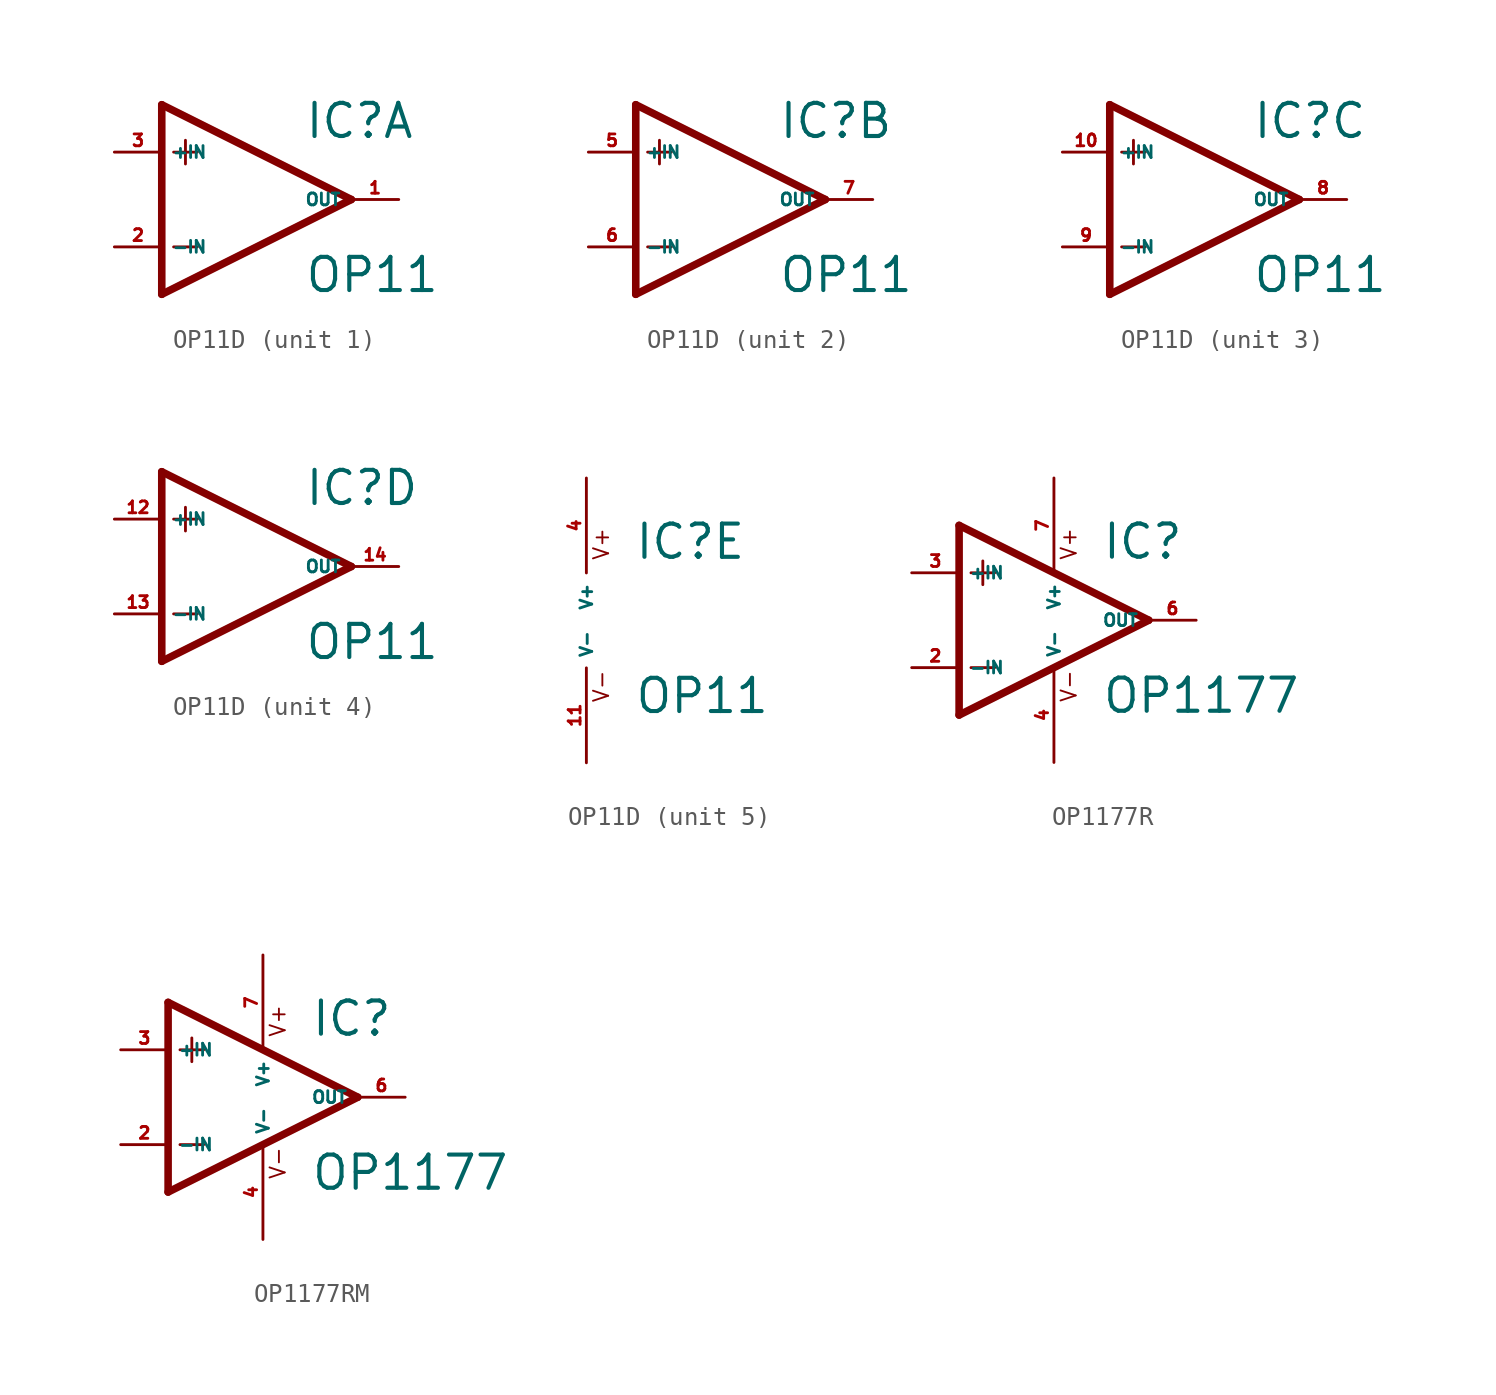
<source format=kicad_sym>
(kicad_symbol_lib
  (version 20220914)
  (generator Eagle2Kicad)
  (symbol "OP11D"
    (property "Reference" "IC"
      (at 2.54 3.175 0)
      (effects (font (size 1.778 1.778) (thickness 0.22)) (justify left bottom)))
    (property "Value" "OP11"
      (at 2.54 -5.08 0)
      (effects (font (size 1.778 1.778) (thickness 0.22)) (justify left bottom)))
    (symbol "OP11D_1_0"
      (polyline (pts (xy -5.08 5.08) (xy -5.08 -5.08)) (stroke (width 0.406) (type default)) (fill (type none)))
      (polyline (pts (xy -5.08 -5.08) (xy 5.08 0)) (stroke (width 0.406) (type default)) (fill (type none)))
      (polyline (pts (xy 5.08 0) (xy -5.08 5.08)) (stroke (width 0.406) (type default)) (fill (type none)))
      (polyline (pts (xy -3.81 3.175) (xy -3.81 1.905)) (stroke (width 0.152) (type default)) (fill (type none)))
      (polyline (pts (xy -4.445 2.54) (xy -3.175 2.54)) (stroke (width 0.152) (type default)) (fill (type none)))
      (polyline (pts (xy -4.445 -2.54) (xy -3.175 -2.54)) (stroke (width 0.152) (type default)) (fill (type none)))
      (pin input line (at -7.62 -2.54 0) (length 2.54) (name "-IN" (effects (font (size 0.635 0.635) (thickness 0.08)) (justify left bottom))) (number "2" (effects (font (size 0.635 0.635) (thickness 0.08)) (justify left bottom))))
      (pin input line (at -7.62 2.54 0) (length 2.54) (name "+IN" (effects (font (size 0.635 0.635) (thickness 0.08)) (justify left bottom))) (number "3" (effects (font (size 0.635 0.635) (thickness 0.08)) (justify left bottom))))
      (pin output line (at 7.62 0 180) (length 2.54) (name "OUT" (effects (font (size 0.635 0.635) (thickness 0.08)) (justify left bottom))) (number "1" (effects (font (size 0.635 0.635) (thickness 0.08)) (justify left bottom)))))
    (symbol "OP11D_2_0"
      (polyline (pts (xy -5.08 5.08) (xy -5.08 -5.08)) (stroke (width 0.406) (type default)) (fill (type none)))
      (polyline (pts (xy -5.08 -5.08) (xy 5.08 0)) (stroke (width 0.406) (type default)) (fill (type none)))
      (polyline (pts (xy 5.08 0) (xy -5.08 5.08)) (stroke (width 0.406) (type default)) (fill (type none)))
      (polyline (pts (xy -3.81 3.175) (xy -3.81 1.905)) (stroke (width 0.152) (type default)) (fill (type none)))
      (polyline (pts (xy -4.445 2.54) (xy -3.175 2.54)) (stroke (width 0.152) (type default)) (fill (type none)))
      (polyline (pts (xy -4.445 -2.54) (xy -3.175 -2.54)) (stroke (width 0.152) (type default)) (fill (type none)))
      (pin input line (at -7.62 -2.54 0) (length 2.54) (name "-IN" (effects (font (size 0.635 0.635) (thickness 0.08)) (justify left bottom))) (number "6" (effects (font (size 0.635 0.635) (thickness 0.08)) (justify left bottom))))
      (pin input line (at -7.62 2.54 0) (length 2.54) (name "+IN" (effects (font (size 0.635 0.635) (thickness 0.08)) (justify left bottom))) (number "5" (effects (font (size 0.635 0.635) (thickness 0.08)) (justify left bottom))))
      (pin output line (at 7.62 0 180) (length 2.54) (name "OUT" (effects (font (size 0.635 0.635) (thickness 0.08)) (justify left bottom))) (number "7" (effects (font (size 0.635 0.635) (thickness 0.08)) (justify left bottom)))))
    (symbol "OP11D_3_0"
      (polyline (pts (xy -5.08 5.08) (xy -5.08 -5.08)) (stroke (width 0.406) (type default)) (fill (type none)))
      (polyline (pts (xy -5.08 -5.08) (xy 5.08 0)) (stroke (width 0.406) (type default)) (fill (type none)))
      (polyline (pts (xy 5.08 0) (xy -5.08 5.08)) (stroke (width 0.406) (type default)) (fill (type none)))
      (polyline (pts (xy -3.81 3.175) (xy -3.81 1.905)) (stroke (width 0.152) (type default)) (fill (type none)))
      (polyline (pts (xy -4.445 2.54) (xy -3.175 2.54)) (stroke (width 0.152) (type default)) (fill (type none)))
      (polyline (pts (xy -4.445 -2.54) (xy -3.175 -2.54)) (stroke (width 0.152) (type default)) (fill (type none)))
      (pin input line (at -7.62 -2.54 0) (length 2.54) (name "-IN" (effects (font (size 0.635 0.635) (thickness 0.08)) (justify left bottom))) (number "9" (effects (font (size 0.635 0.635) (thickness 0.08)) (justify left bottom))))
      (pin input line (at -7.62 2.54 0) (length 2.54) (name "+IN" (effects (font (size 0.635 0.635) (thickness 0.08)) (justify left bottom))) (number "10" (effects (font (size 0.635 0.635) (thickness 0.08)) (justify left bottom))))
      (pin output line (at 7.62 0 180) (length 2.54) (name "OUT" (effects (font (size 0.635 0.635) (thickness 0.08)) (justify left bottom))) (number "8" (effects (font (size 0.635 0.635) (thickness 0.08)) (justify left bottom)))))
    (symbol "OP11D_4_0"
      (polyline (pts (xy -5.08 5.08) (xy -5.08 -5.08)) (stroke (width 0.406) (type default)) (fill (type none)))
      (polyline (pts (xy -5.08 -5.08) (xy 5.08 0)) (stroke (width 0.406) (type default)) (fill (type none)))
      (polyline (pts (xy 5.08 0) (xy -5.08 5.08)) (stroke (width 0.406) (type default)) (fill (type none)))
      (polyline (pts (xy -3.81 3.175) (xy -3.81 1.905)) (stroke (width 0.152) (type default)) (fill (type none)))
      (polyline (pts (xy -4.445 2.54) (xy -3.175 2.54)) (stroke (width 0.152) (type default)) (fill (type none)))
      (polyline (pts (xy -4.445 -2.54) (xy -3.175 -2.54)) (stroke (width 0.152) (type default)) (fill (type none)))
      (pin input line (at -7.62 -2.54 0) (length 2.54) (name "-IN" (effects (font (size 0.635 0.635) (thickness 0.08)) (justify left bottom))) (number "13" (effects (font (size 0.635 0.635) (thickness 0.08)) (justify left bottom))))
      (pin input line (at -7.62 2.54 0) (length 2.54) (name "+IN" (effects (font (size 0.635 0.635) (thickness 0.08)) (justify left bottom))) (number "12" (effects (font (size 0.635 0.635) (thickness 0.08)) (justify left bottom))))
      (pin output line (at 7.62 0 180) (length 2.54) (name "OUT" (effects (font (size 0.635 0.635) (thickness 0.08)) (justify left bottom))) (number "14" (effects (font (size 0.635 0.635) (thickness 0.08)) (justify left bottom)))))
    (symbol "OP11D_5_0"
      (text "V+" (at 1.27 3.175 900) (effects (font (size 0.813 0.813) (thickness 0.10)) (justify left bottom)))
      (text "V-" (at 1.27 -4.445 900) (effects (font (size 0.813 0.813) (thickness 0.10)) (justify left bottom)))
      (pin unspecified line (at 0 7.62 270) (length 5.08) (name "V+" (effects (font (size 0.635 0.635) (thickness 0.08)) (justify left bottom))) (number "4" (effects (font (size 0.635 0.635) (thickness 0.08)) (justify left bottom))))
      (pin unspecified line (at 0 -7.62 90) (length 5.08) (name "V-" (effects (font (size 0.635 0.635) (thickness 0.08)) (justify left bottom))) (number "11" (effects (font (size 0.635 0.635) (thickness 0.08)) (justify left bottom))))))
  (symbol "OP1177R"
    (property "Reference" "IC"
      (at 2.54 3.175 0)
      (effects (font (size 1.778 1.778) (thickness 0.22)) (justify left bottom)))
    (property "Value" "OP1177"
      (at 2.54 -5.08 0)
      (effects (font (size 1.778 1.778) (thickness 0.22)) (justify left bottom)))
    (polyline
      (pts (xy -5.08 5.08) (xy -5.08 -5.08))
      (stroke (width 0.406) (type default))
      (fill (type none)))
    (polyline
      (pts (xy -5.08 -5.08) (xy 5.08 0))
      (stroke (width 0.406) (type default))
      (fill (type none)))
    (polyline
      (pts (xy 5.08 0) (xy -5.08 5.08))
      (stroke (width 0.406) (type default))
      (fill (type none)))
    (polyline
      (pts (xy -3.81 3.175) (xy -3.81 1.905))
      (stroke (width 0.152) (type default))
      (fill (type none)))
    (polyline
      (pts (xy -4.445 2.54) (xy -3.175 2.54))
      (stroke (width 0.152) (type default))
      (fill (type none)))
    (polyline
      (pts (xy -4.445 -2.54) (xy -3.175 -2.54))
      (stroke (width 0.152) (type default))
      (fill (type none)))
    (text "V+"
      (at 1.27 3.175 900)
      (effects (font (size 0.813 0.813) (thickness 0.10)) (justify left bottom)))
    (text "V-"
      (at 1.27 -4.445 900)
      (effects (font (size 0.813 0.813) (thickness 0.10)) (justify left bottom)))
    (pin input line
      (at -7.62 -2.54 0)
      (length 2.54)
      (name "-IN" (effects (font (size 0.635 0.635) (thickness 0.08)) (justify left bottom)))
      (number "2" (effects (font (size 0.635 0.635) (thickness 0.08)) (justify left bottom))))
    (pin input line
      (at -7.62 2.54 0)
      (length 2.54)
      (name "+IN" (effects (font (size 0.635 0.635) (thickness 0.08)) (justify left bottom)))
      (number "3" (effects (font (size 0.635 0.635) (thickness 0.08)) (justify left bottom))))
    (pin output line
      (at 7.62 0 180)
      (length 2.54)
      (name "OUT" (effects (font (size 0.635 0.635) (thickness 0.08)) (justify left bottom)))
      (number "6" (effects (font (size 0.635 0.635) (thickness 0.08)) (justify left bottom))))
    (pin unspecified line
      (at 0 7.62 270)
      (length 5.08)
      (name "V+" (effects (font (size 0.635 0.635) (thickness 0.08)) (justify left bottom)))
      (number "7" (effects (font (size 0.635 0.635) (thickness 0.08)) (justify left bottom))))
    (pin unspecified line
      (at 0 -7.62 90)
      (length 5.08)
      (name "V-" (effects (font (size 0.635 0.635) (thickness 0.08)) (justify left bottom)))
      (number "4" (effects (font (size 0.635 0.635) (thickness 0.08)) (justify left bottom)))))
  (symbol "OP1177RM"
    (property "Reference" "IC"
      (at 2.54 3.175 0)
      (effects (font (size 1.778 1.778) (thickness 0.22)) (justify left bottom)))
    (property "Value" "OP1177"
      (at 2.54 -5.08 0)
      (effects (font (size 1.778 1.778) (thickness 0.22)) (justify left bottom)))
    (polyline
      (pts (xy -5.08 5.08) (xy -5.08 -5.08))
      (stroke (width 0.406) (type default))
      (fill (type none)))
    (polyline
      (pts (xy -5.08 -5.08) (xy 5.08 0))
      (stroke (width 0.406) (type default))
      (fill (type none)))
    (polyline
      (pts (xy 5.08 0) (xy -5.08 5.08))
      (stroke (width 0.406) (type default))
      (fill (type none)))
    (polyline
      (pts (xy -3.81 3.175) (xy -3.81 1.905))
      (stroke (width 0.152) (type default))
      (fill (type none)))
    (polyline
      (pts (xy -4.445 2.54) (xy -3.175 2.54))
      (stroke (width 0.152) (type default))
      (fill (type none)))
    (polyline
      (pts (xy -4.445 -2.54) (xy -3.175 -2.54))
      (stroke (width 0.152) (type default))
      (fill (type none)))
    (text "V+"
      (at 1.27 3.175 900)
      (effects (font (size 0.813 0.813) (thickness 0.10)) (justify left bottom)))
    (text "V-"
      (at 1.27 -4.445 900)
      (effects (font (size 0.813 0.813) (thickness 0.10)) (justify left bottom)))
    (pin input line
      (at -7.62 -2.54 0)
      (length 2.54)
      (name "-IN" (effects (font (size 0.635 0.635) (thickness 0.08)) (justify left bottom)))
      (number "2" (effects (font (size 0.635 0.635) (thickness 0.08)) (justify left bottom))))
    (pin input line
      (at -7.62 2.54 0)
      (length 2.54)
      (name "+IN" (effects (font (size 0.635 0.635) (thickness 0.08)) (justify left bottom)))
      (number "3" (effects (font (size 0.635 0.635) (thickness 0.08)) (justify left bottom))))
    (pin output line
      (at 7.62 0 180)
      (length 2.54)
      (name "OUT" (effects (font (size 0.635 0.635) (thickness 0.08)) (justify left bottom)))
      (number "6" (effects (font (size 0.635 0.635) (thickness 0.08)) (justify left bottom))))
    (pin unspecified line
      (at 0 7.62 270)
      (length 5.08)
      (name "V+" (effects (font (size 0.635 0.635) (thickness 0.08)) (justify left bottom)))
      (number "7" (effects (font (size 0.635 0.635) (thickness 0.08)) (justify left bottom))))
    (pin unspecified line
      (at 0 -7.62 90)
      (length 5.08)
      (name "V-" (effects (font (size 0.635 0.635) (thickness 0.08)) (justify left bottom)))
      (number "4" (effects (font (size 0.635 0.635) (thickness 0.08)) (justify left bottom))))))
</source>
